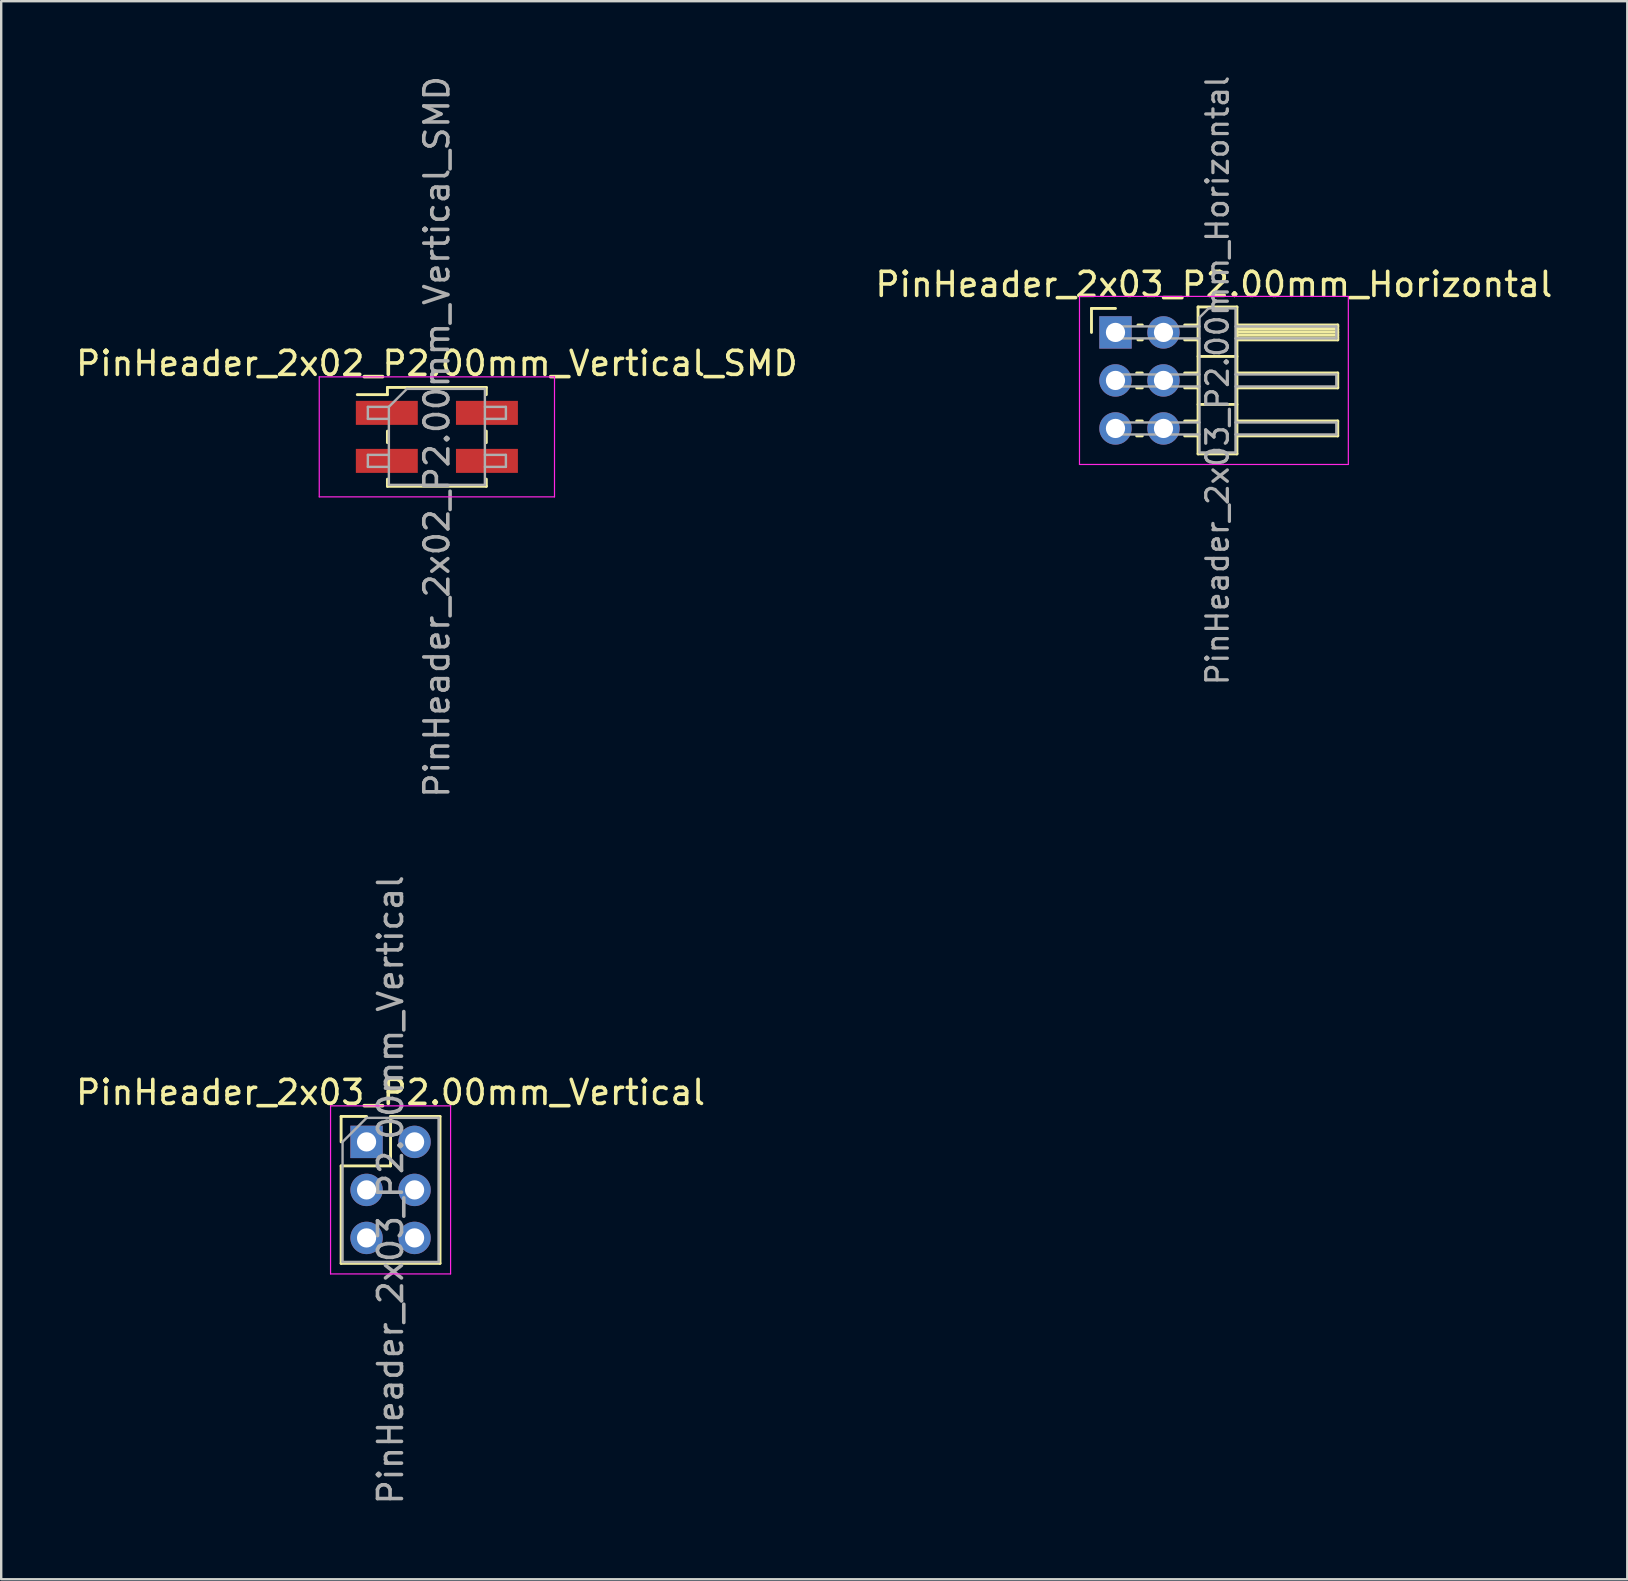
<source format=kicad_pcb>
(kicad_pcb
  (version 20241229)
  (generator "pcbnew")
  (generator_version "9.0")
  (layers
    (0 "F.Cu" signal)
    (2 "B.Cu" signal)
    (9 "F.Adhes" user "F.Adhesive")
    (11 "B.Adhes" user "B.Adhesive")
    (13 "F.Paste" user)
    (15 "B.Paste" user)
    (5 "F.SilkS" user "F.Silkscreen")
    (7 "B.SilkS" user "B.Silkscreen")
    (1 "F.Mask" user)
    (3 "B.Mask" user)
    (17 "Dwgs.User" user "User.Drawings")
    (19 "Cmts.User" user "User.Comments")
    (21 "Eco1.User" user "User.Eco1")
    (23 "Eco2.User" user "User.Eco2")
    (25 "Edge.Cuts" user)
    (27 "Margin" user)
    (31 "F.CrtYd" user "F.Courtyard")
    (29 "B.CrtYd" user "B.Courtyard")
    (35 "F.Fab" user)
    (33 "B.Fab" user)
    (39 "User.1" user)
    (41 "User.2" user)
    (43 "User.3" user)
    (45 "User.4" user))
  (footprint "PinHeader_2x03_P2.00mm_Horizontal"
    (layer "F.Cu")
    (at 43.418 10.798)
    (property "Reference" "PinHeader_2x03_P2.00mm_Horizontal" (at 4.1 -2 0) (layer "F.SilkS") (effects (font (size 1 1) (thickness 0.15))))
    (attr through_hole)
    (fp_line (start -1 -1) (end 0 -1) (stroke (width 0.12) (type solid)) (layer "F.SilkS"))
    (fp_line (start -1 0) (end -1 -1) (stroke (width 0.12) (type solid)) (layer "F.SilkS"))
    (fp_line (start 0.882 1.69) (end 1.118 1.69) (stroke (width 0.12) (type solid)) (layer "F.SilkS"))
    (fp_line (start 0.882 2.31) (end 1.118 2.31) (stroke (width 0.12) (type solid)) (layer "F.SilkS"))
    (fp_line (start 0.882 3.69) (end 1.118 3.69) (stroke (width 0.12) (type solid)) (layer "F.SilkS"))
    (fp_line (start 0.882 4.31) (end 1.118 4.31) (stroke (width 0.12) (type solid)) (layer "F.SilkS"))
    (fp_line (start 0.935 -0.31) (end 1.118 -0.31) (stroke (width 0.12) (type solid)) (layer "F.SilkS"))
    (fp_line (start 0.935 0.31) (end 1.118 0.31) (stroke (width 0.12) (type solid)) (layer "F.SilkS"))
    (fp_line (start 2.882 -0.31) (end 3.44 -0.31) (stroke (width 0.12) (type solid)) (layer "F.SilkS"))
    (fp_line (start 2.882 0.31) (end 3.44 0.31) (stroke (width 0.12) (type solid)) (layer "F.SilkS"))
    (fp_line (start 2.882 1.69) (end 3.44 1.69) (stroke (width 0.12) (type solid)) (layer "F.SilkS"))
    (fp_line (start 2.882 2.31) (end 3.44 2.31) (stroke (width 0.12) (type solid)) (layer "F.SilkS"))
    (fp_line (start 2.882 3.69) (end 3.44 3.69) (stroke (width 0.12) (type solid)) (layer "F.SilkS"))
    (fp_line (start 2.882 4.31) (end 3.44 4.31) (stroke (width 0.12) (type solid)) (layer "F.SilkS"))
    (fp_line (start 3.44 -1.06) (end 3.44 5.06) (stroke (width 0.12) (type solid)) (layer "F.SilkS"))
    (fp_line (start 3.44 1) (end 5.06 1) (stroke (width 0.12) (type solid)) (layer "F.SilkS"))
    (fp_line (start 3.44 3) (end 5.06 3) (stroke (width 0.12) (type solid)) (layer "F.SilkS"))
    (fp_line (start 3.44 5.06) (end 5.06 5.06) (stroke (width 0.12) (type solid)) (layer "F.SilkS"))
    (fp_line (start 5.06 -1.06) (end 3.44 -1.06) (stroke (width 0.12) (type solid)) (layer "F.SilkS"))
    (fp_line (start 5.06 -0.31) (end 9.26 -0.31) (stroke (width 0.12) (type solid)) (layer "F.SilkS"))
    (fp_line (start 5.06 -0.25) (end 9.26 -0.25) (stroke (width 0.12) (type solid)) (layer "F.SilkS"))
    (fp_line (start 5.06 -0.13) (end 9.26 -0.13) (stroke (width 0.12) (type solid)) (layer "F.SilkS"))
    (fp_line (start 5.06 -0.01) (end 9.26 -0.01) (stroke (width 0.12) (type solid)) (layer "F.SilkS"))
    (fp_line (start 5.06 0.11) (end 9.26 0.11) (stroke (width 0.12) (type solid)) (layer "F.SilkS"))
    (fp_line (start 5.06 0.23) (end 9.26 0.23) (stroke (width 0.12) (type solid)) (layer "F.SilkS"))
    (fp_line (start 5.06 1.69) (end 9.26 1.69) (stroke (width 0.12) (type solid)) (layer "F.SilkS"))
    (fp_line (start 5.06 3.69) (end 9.26 3.69) (stroke (width 0.12) (type solid)) (layer "F.SilkS"))
    (fp_line (start 5.06 5.06) (end 5.06 -1.06) (stroke (width 0.12) (type solid)) (layer "F.SilkS"))
    (fp_line (start 9.26 -0.31) (end 9.26 0.31) (stroke (width 0.12) (type solid)) (layer "F.SilkS"))
    (fp_line (start 9.26 0.31) (end 5.06 0.31) (stroke (width 0.12) (type solid)) (layer "F.SilkS"))
    (fp_line (start 9.26 1.69) (end 9.26 2.31) (stroke (width 0.12) (type solid)) (layer "F.SilkS"))
    (fp_line (start 9.26 2.31) (end 5.06 2.31) (stroke (width 0.12) (type solid)) (layer "F.SilkS"))
    (fp_line (start 9.26 3.69) (end 9.26 4.31) (stroke (width 0.12) (type solid)) (layer "F.SilkS"))
    (fp_line (start 9.26 4.31) (end 5.06 4.31) (stroke (width 0.12) (type solid)) (layer "F.SilkS"))
    (fp_line (start -1.5 -1.5) (end -1.5 5.5) (stroke (width 0.05) (type solid)) (layer "F.CrtYd"))
    (fp_line (start -1.5 5.5) (end 9.7 5.5) (stroke (width 0.05) (type solid)) (layer "F.CrtYd"))
    (fp_line (start 9.7 -1.5) (end -1.5 -1.5) (stroke (width 0.05) (type solid)) (layer "F.CrtYd"))
    (fp_line (start 9.7 5.5) (end 9.7 -1.5) (stroke (width 0.05) (type solid)) (layer "F.CrtYd"))
    (fp_line (start -0.25 -0.25) (end -0.25 0.25) (stroke (width 0.1) (type solid)) (layer "F.Fab"))
    (fp_line (start -0.25 -0.25) (end 3.5 -0.25) (stroke (width 0.1) (type solid)) (layer "F.Fab"))
    (fp_line (start -0.25 0.25) (end 3.5 0.25) (stroke (width 0.1) (type solid)) (layer "F.Fab"))
    (fp_line (start -0.25 1.75) (end -0.25 2.25) (stroke (width 0.1) (type solid)) (layer "F.Fab"))
    (fp_line (start -0.25 1.75) (end 3.5 1.75) (stroke (width 0.1) (type solid)) (layer "F.Fab"))
    (fp_line (start -0.25 2.25) (end 3.5 2.25) (stroke (width 0.1) (type solid)) (layer "F.Fab"))
    (fp_line (start -0.25 3.75) (end -0.25 4.25) (stroke (width 0.1) (type solid)) (layer "F.Fab"))
    (fp_line (start -0.25 3.75) (end 3.5 3.75) (stroke (width 0.1) (type solid)) (layer "F.Fab"))
    (fp_line (start -0.25 4.25) (end 3.5 4.25) (stroke (width 0.1) (type solid)) (layer "F.Fab"))
    (fp_line (start 3.5 -0.625) (end 3.875 -1) (stroke (width 0.1) (type solid)) (layer "F.Fab"))
    (fp_line (start 3.5 5) (end 3.5 -0.625) (stroke (width 0.1) (type solid)) (layer "F.Fab"))
    (fp_line (start 3.875 -1) (end 5 -1) (stroke (width 0.1) (type solid)) (layer "F.Fab"))
    (fp_line (start 5 -1) (end 5 5) (stroke (width 0.1) (type solid)) (layer "F.Fab"))
    (fp_line (start 5 -0.25) (end 9.2 -0.25) (stroke (width 0.1) (type solid)) (layer "F.Fab"))
    (fp_line (start 5 0.25) (end 9.2 0.25) (stroke (width 0.1) (type solid)) (layer "F.Fab"))
    (fp_line (start 5 1.75) (end 9.2 1.75) (stroke (width 0.1) (type solid)) (layer "F.Fab"))
    (fp_line (start 5 2.25) (end 9.2 2.25) (stroke (width 0.1) (type solid)) (layer "F.Fab"))
    (fp_line (start 5 3.75) (end 9.2 3.75) (stroke (width 0.1) (type solid)) (layer "F.Fab"))
    (fp_line (start 5 4.25) (end 9.2 4.25) (stroke (width 0.1) (type solid)) (layer "F.Fab"))
    (fp_line (start 5 5) (end 3.5 5) (stroke (width 0.1) (type solid)) (layer "F.Fab"))
    (fp_line (start 9.2 -0.25) (end 9.2 0.25) (stroke (width 0.1) (type solid)) (layer "F.Fab"))
    (fp_line (start 9.2 1.75) (end 9.2 2.25) (stroke (width 0.1) (type solid)) (layer "F.Fab"))
    (fp_line (start 9.2 3.75) (end 9.2 4.25) (stroke (width 0.1) (type solid)) (layer "F.Fab"))
    (fp_text user "${REFERENCE}" (at 4.25 2 90) (layer "F.Fab") (effects (font (size 0.9 0.9) (thickness 0.135))))
    (pad "1" thru_hole rect (at 0 0) (size 1.35 1.35) (drill 0.8) (layers "*.Cu" "*.Mask"))
    (pad "2" thru_hole oval (at 2 0) (size 1.35 1.35) (drill 0.8) (layers "*.Cu" "*.Mask"))
    (pad "3" thru_hole oval (at 0 2) (size 1.35 1.35) (drill 0.8) (layers "*.Cu" "*.Mask"))
    (pad "4" thru_hole oval (at 2 2) (size 1.35 1.35) (drill 0.8) (layers "*.Cu" "*.Mask"))
    (pad "5" thru_hole oval (at 0 4) (size 1.35 1.35) (drill 0.8) (layers "*.Cu" "*.Mask"))
    (pad "6" thru_hole oval (at 2 4) (size 1.35 1.35) (drill 0.8) (layers "*.Cu" "*.Mask")))
  (footprint "PinHeader_2x03_P2.00mm_Vertical"
    (layer "F.Cu")
    (at 12.22 44.518)
    (property "Reference" "PinHeader_2x03_P2.00mm_Vertical" (at 1 -2.06 0) (layer "F.SilkS") (effects (font (size 1 1) (thickness 0.15))))
    (attr through_hole)
    (fp_line (start -1.06 -1.06) (end 0 -1.06) (stroke (width 0.12) (type solid)) (layer "F.SilkS"))
    (fp_line (start -1.06 0) (end -1.06 -1.06) (stroke (width 0.12) (type solid)) (layer "F.SilkS"))
    (fp_line (start -1.06 1) (end -1.06 5.06) (stroke (width 0.12) (type solid)) (layer "F.SilkS"))
    (fp_line (start -1.06 1) (end 1 1) (stroke (width 0.12) (type solid)) (layer "F.SilkS"))
    (fp_line (start -1.06 5.06) (end 3.06 5.06) (stroke (width 0.12) (type solid)) (layer "F.SilkS"))
    (fp_line (start 1 -1.06) (end 3.06 -1.06) (stroke (width 0.12) (type solid)) (layer "F.SilkS"))
    (fp_line (start 1 1) (end 1 -1.06) (stroke (width 0.12) (type solid)) (layer "F.SilkS"))
    (fp_line (start 3.06 -1.06) (end 3.06 5.06) (stroke (width 0.12) (type solid)) (layer "F.SilkS"))
    (fp_line (start -1.5 -1.5) (end -1.5 5.5) (stroke (width 0.05) (type solid)) (layer "F.CrtYd"))
    (fp_line (start -1.5 5.5) (end 3.5 5.5) (stroke (width 0.05) (type solid)) (layer "F.CrtYd"))
    (fp_line (start 3.5 -1.5) (end -1.5 -1.5) (stroke (width 0.05) (type solid)) (layer "F.CrtYd"))
    (fp_line (start 3.5 5.5) (end 3.5 -1.5) (stroke (width 0.05) (type solid)) (layer "F.CrtYd"))
    (fp_line (start -1 0) (end 0 -1) (stroke (width 0.1) (type solid)) (layer "F.Fab"))
    (fp_line (start -1 5) (end -1 0) (stroke (width 0.1) (type solid)) (layer "F.Fab"))
    (fp_line (start 0 -1) (end 3 -1) (stroke (width 0.1) (type solid)) (layer "F.Fab"))
    (fp_line (start 3 -1) (end 3 5) (stroke (width 0.1) (type solid)) (layer "F.Fab"))
    (fp_line (start 3 5) (end -1 5) (stroke (width 0.1) (type solid)) (layer "F.Fab"))
    (fp_text user "${REFERENCE}" (at 1 2 90) (layer "F.Fab") (effects (font (size 1 1) (thickness 0.15))))
    (pad "1" thru_hole rect (at 0 0) (size 1.35 1.35) (drill 0.8) (layers "*.Cu" "*.Mask"))
    (pad "2" thru_hole oval (at 2 0) (size 1.35 1.35) (drill 0.8) (layers "*.Cu" "*.Mask"))
    (pad "3" thru_hole oval (at 0 2) (size 1.35 1.35) (drill 0.8) (layers "*.Cu" "*.Mask"))
    (pad "4" thru_hole oval (at 2 2) (size 1.35 1.35) (drill 0.8) (layers "*.Cu" "*.Mask"))
    (pad "5" thru_hole oval (at 0 4) (size 1.35 1.35) (drill 0.8) (layers "*.Cu" "*.Mask"))
    (pad "6" thru_hole oval (at 2 4) (size 1.35 1.35) (drill 0.8) (layers "*.Cu" "*.Mask")))
  (footprint "PinHeader_2x02_P2.00mm_Vertical_SMD"
    (layer "F.Cu")
    (at 15.149 15.149)
    (property "Reference" "PinHeader_2x02_P2.00mm_Vertical_SMD" (at 0 -3.06 0) (layer "F.SilkS") (effects (font (size 1 1) (thickness 0.15))))
    (attr smd)
    (fp_line (start -3.315 -1.76) (end -2.06 -1.76) (stroke (width 0.12) (type solid)) (layer "F.SilkS"))
    (fp_line (start -2.06 -2.06) (end -2.06 -1.76) (stroke (width 0.12) (type solid)) (layer "F.SilkS"))
    (fp_line (start -2.06 -2.06) (end 2.06 -2.06) (stroke (width 0.12) (type solid)) (layer "F.SilkS"))
    (fp_line (start -2.06 -0.24) (end -2.06 0.24) (stroke (width 0.12) (type solid)) (layer "F.SilkS"))
    (fp_line (start -2.06 1.76) (end -2.06 2.06) (stroke (width 0.12) (type solid)) (layer "F.SilkS"))
    (fp_line (start -2.06 2.06) (end 2.06 2.06) (stroke (width 0.12) (type solid)) (layer "F.SilkS"))
    (fp_line (start 2.06 -2.06) (end 2.06 -1.76) (stroke (width 0.12) (type solid)) (layer "F.SilkS"))
    (fp_line (start 2.06 -0.24) (end 2.06 0.24) (stroke (width 0.12) (type solid)) (layer "F.SilkS"))
    (fp_line (start 2.06 1.76) (end 2.06 2.06) (stroke (width 0.12) (type solid)) (layer "F.SilkS"))
    (fp_line (start -4.9 -2.5) (end -4.9 2.5) (stroke (width 0.05) (type solid)) (layer "F.CrtYd"))
    (fp_line (start -4.9 2.5) (end 4.9 2.5) (stroke (width 0.05) (type solid)) (layer "F.CrtYd"))
    (fp_line (start 4.9 -2.5) (end -4.9 -2.5) (stroke (width 0.05) (type solid)) (layer "F.CrtYd"))
    (fp_line (start 4.9 2.5) (end 4.9 -2.5) (stroke (width 0.05) (type solid)) (layer "F.CrtYd"))
    (fp_line (start -2.875 -1.25) (end -2.875 -0.75) (stroke (width 0.1) (type solid)) (layer "F.Fab"))
    (fp_line (start -2.875 -0.75) (end -2 -0.75) (stroke (width 0.1) (type solid)) (layer "F.Fab"))
    (fp_line (start -2.875 0.75) (end -2.875 1.25) (stroke (width 0.1) (type solid)) (layer "F.Fab"))
    (fp_line (start -2.875 1.25) (end -2 1.25) (stroke (width 0.1) (type solid)) (layer "F.Fab"))
    (fp_line (start -2 -1.25) (end -2.875 -1.25) (stroke (width 0.1) (type solid)) (layer "F.Fab"))
    (fp_line (start -2 -1.25) (end -1.25 -2) (stroke (width 0.1) (type solid)) (layer "F.Fab"))
    (fp_line (start -2 0.75) (end -2.875 0.75) (stroke (width 0.1) (type solid)) (layer "F.Fab"))
    (fp_line (start -2 2) (end -2 -1.25) (stroke (width 0.1) (type solid)) (layer "F.Fab"))
    (fp_line (start -1.25 -2) (end 2 -2) (stroke (width 0.1) (type solid)) (layer "F.Fab"))
    (fp_line (start 2 -2) (end 2 2) (stroke (width 0.1) (type solid)) (layer "F.Fab"))
    (fp_line (start 2 -1.25) (end 2.875 -1.25) (stroke (width 0.1) (type solid)) (layer "F.Fab"))
    (fp_line (start 2 0.75) (end 2.875 0.75) (stroke (width 0.1) (type solid)) (layer "F.Fab"))
    (fp_line (start 2 2) (end -2 2) (stroke (width 0.1) (type solid)) (layer "F.Fab"))
    (fp_line (start 2.875 -1.25) (end 2.875 -0.75) (stroke (width 0.1) (type solid)) (layer "F.Fab"))
    (fp_line (start 2.875 -0.75) (end 2 -0.75) (stroke (width 0.1) (type solid)) (layer "F.Fab"))
    (fp_line (start 2.875 0.75) (end 2.875 1.25) (stroke (width 0.1) (type solid)) (layer "F.Fab"))
    (fp_line (start 2.875 1.25) (end 2 1.25) (stroke (width 0.1) (type solid)) (layer "F.Fab"))
    (fp_text user "${REFERENCE}" (at 0 0 90) (layer "F.Fab") (effects (font (size 1 1) (thickness 0.15))))
    (pad "1" smd rect (at -2.085 -1) (size 2.58 1) (layers "F.Cu" "F.Mask" "F.Paste"))
    (pad "2" smd rect (at 2.085 -1) (size 2.58 1) (layers "F.Cu" "F.Mask" "F.Paste"))
    (pad "3" smd rect (at -2.085 1) (size 2.58 1) (layers "F.Cu" "F.Mask" "F.Paste"))
    (pad "4" smd rect (at 2.085 1) (size 2.58 1) (layers "F.Cu" "F.Mask" "F.Paste")))
  (gr_rect
    (start -3 -3)
    (end 64.738 62.738)
    (stroke (width 0.1) (type default))
    (fill no)
    (layer "Edge.Cuts")))
</source>
